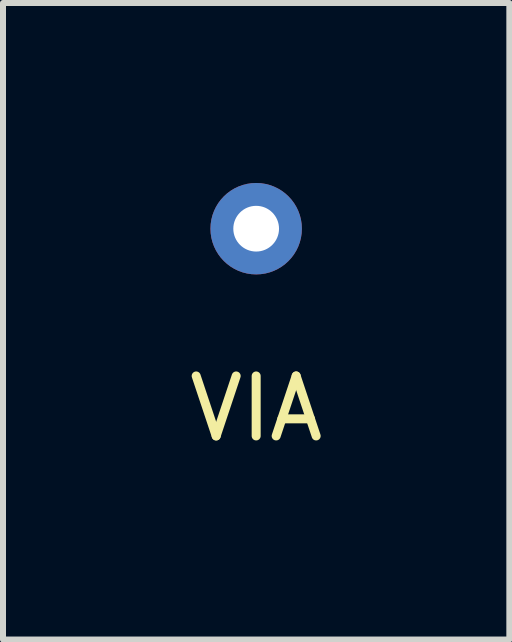
<source format=kicad_pcb>
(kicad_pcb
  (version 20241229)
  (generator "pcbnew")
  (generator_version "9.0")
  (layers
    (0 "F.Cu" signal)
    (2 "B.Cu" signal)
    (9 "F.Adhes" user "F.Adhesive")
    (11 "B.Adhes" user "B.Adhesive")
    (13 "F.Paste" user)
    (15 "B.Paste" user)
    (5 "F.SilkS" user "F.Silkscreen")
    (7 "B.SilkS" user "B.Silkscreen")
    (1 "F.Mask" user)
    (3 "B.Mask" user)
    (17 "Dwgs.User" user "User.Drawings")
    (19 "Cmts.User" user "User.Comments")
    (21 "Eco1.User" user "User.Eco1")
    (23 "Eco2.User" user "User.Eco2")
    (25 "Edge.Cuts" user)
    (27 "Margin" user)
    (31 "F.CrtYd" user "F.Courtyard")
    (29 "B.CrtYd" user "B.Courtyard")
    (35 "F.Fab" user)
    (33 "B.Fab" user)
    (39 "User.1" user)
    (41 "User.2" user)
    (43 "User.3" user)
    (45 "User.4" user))
  (footprint "VIA"
    (layer "F.Cu")
    (at 1.22 0.762)
    (property "Reference" "VIA" (at 0 3 0) (layer "F.SilkS") (effects (font (size 1 1) (thickness 0.15))))
    (attr through_hole)
    (pad "1" thru_hole circle (at 0 0) (size 1.524 1.524) (drill 0.762) (layers "*.Cu" "*.Mask")))
  (gr_rect
    (start -3 -3)
    (end 5.44 7.61)
    (stroke (width 0.1) (type default))
    (fill no)
    (layer "Edge.Cuts")))
</source>
